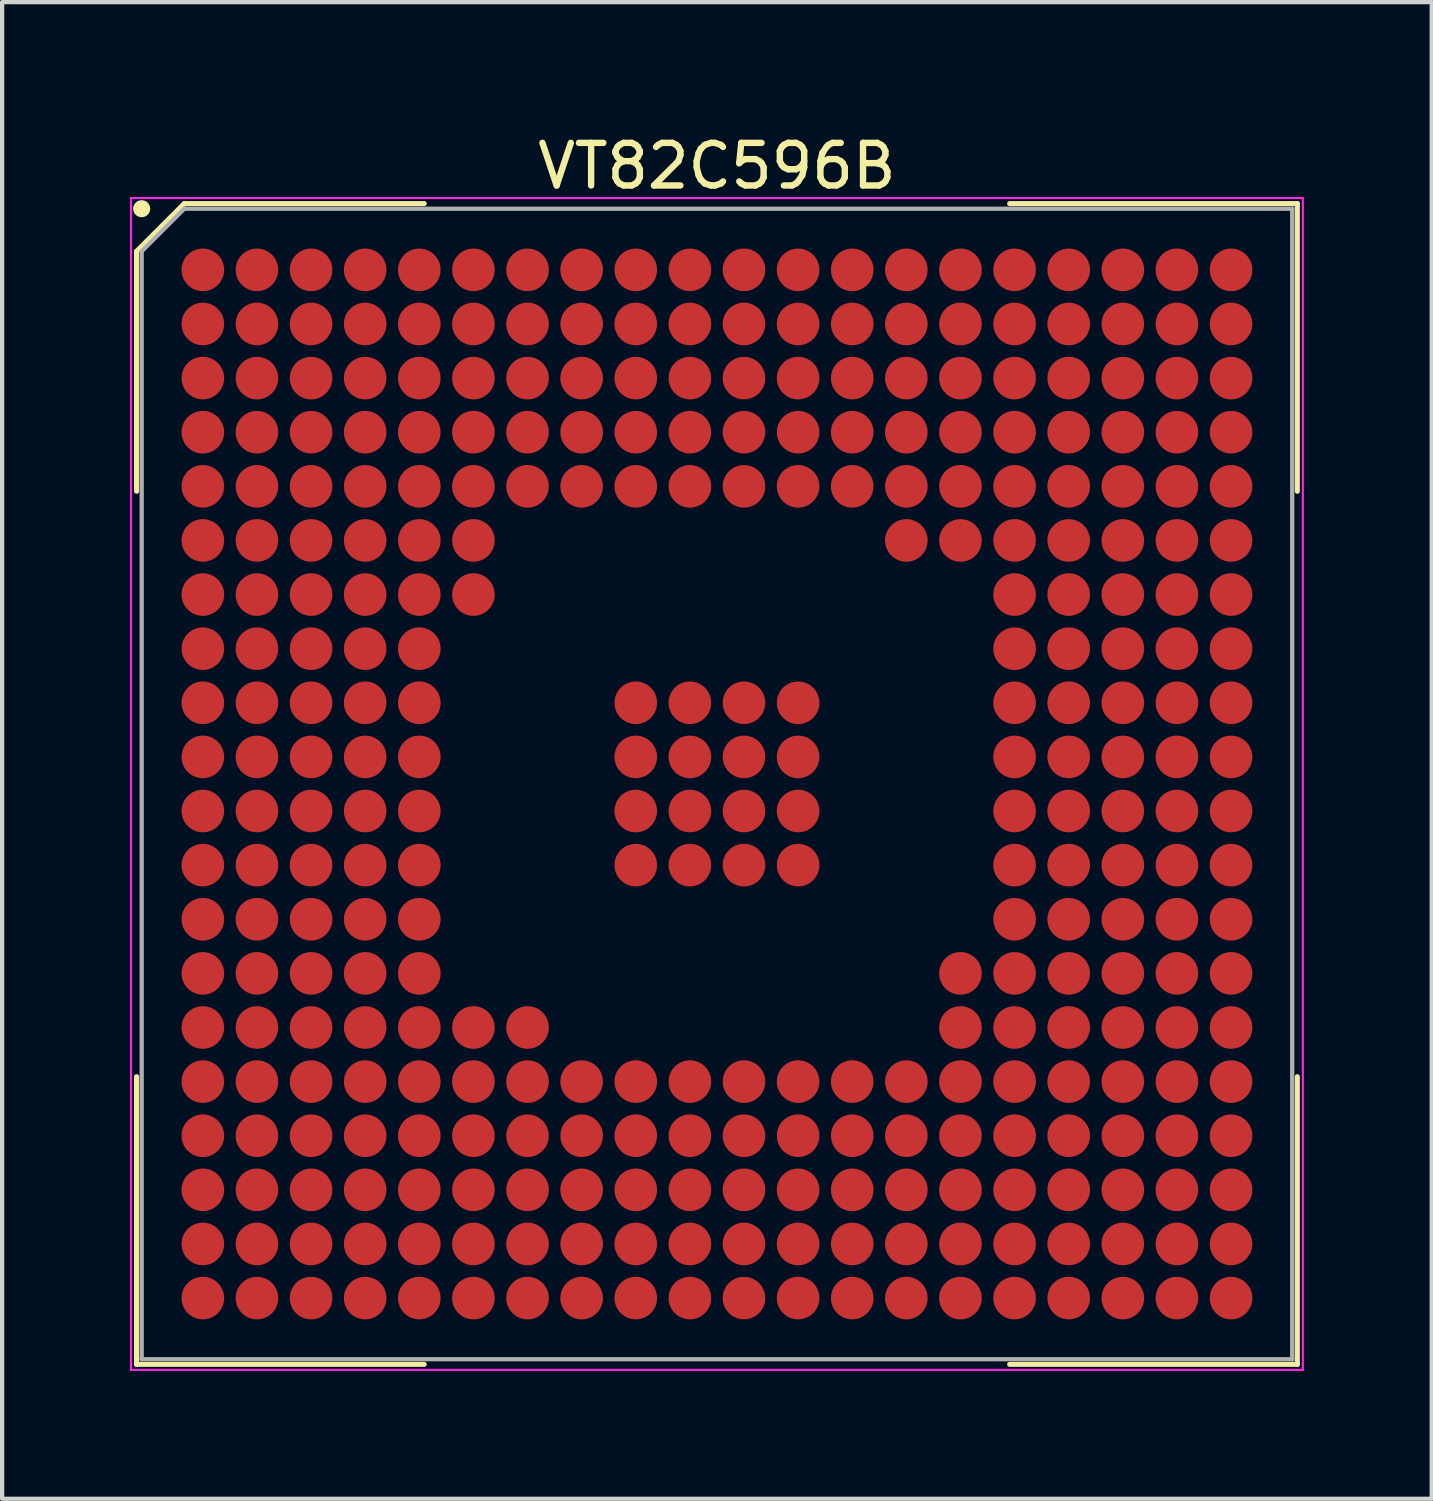
<source format=kicad_pcb>
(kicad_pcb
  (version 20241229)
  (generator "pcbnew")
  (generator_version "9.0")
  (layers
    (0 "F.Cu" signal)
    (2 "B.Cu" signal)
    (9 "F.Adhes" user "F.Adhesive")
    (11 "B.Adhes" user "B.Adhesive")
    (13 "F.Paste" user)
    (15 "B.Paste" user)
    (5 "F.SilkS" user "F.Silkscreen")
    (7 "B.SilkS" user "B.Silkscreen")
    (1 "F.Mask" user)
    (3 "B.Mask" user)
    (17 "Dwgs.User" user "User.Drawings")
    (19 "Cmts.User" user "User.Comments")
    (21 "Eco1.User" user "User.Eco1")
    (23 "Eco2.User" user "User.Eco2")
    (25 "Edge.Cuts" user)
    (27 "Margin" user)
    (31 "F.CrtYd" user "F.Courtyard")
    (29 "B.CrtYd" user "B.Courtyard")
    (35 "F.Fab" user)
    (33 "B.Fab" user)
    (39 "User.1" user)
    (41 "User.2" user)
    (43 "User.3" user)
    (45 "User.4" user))
  (footprint "VT82C596B"
    (layer "F.Cu")
    (at 13.775 15.348)
    (property "Reference" "VT82C596B" (at 0 -14.5 0) (layer "F.SilkS") (effects (font (size 1 1) (thickness 0.15))))
    (attr smd)
    (fp_line (start -13.62 -12.5) (end -13.62 -6.87) (stroke (width 0.12) (type default)) (layer "F.SilkS"))
    (fp_line (start -13.62 13.62) (end -13.62 6.87) (stroke (width 0.12) (type default)) (layer "F.SilkS"))
    (fp_line (start -12.5 -13.62) (end -13.62 -12.5) (stroke (width 0.12) (type default)) (layer "F.SilkS"))
    (fp_line (start -6.87 -13.62) (end -12.5 -13.62) (stroke (width 0.12) (type default)) (layer "F.SilkS"))
    (fp_line (start -6.87 13.62) (end -13.62 13.62) (stroke (width 0.12) (type default)) (layer "F.SilkS"))
    (fp_line (start 6.87 -13.62) (end 13.62 -13.62) (stroke (width 0.12) (type default)) (layer "F.SilkS"))
    (fp_line (start 6.87 13.62) (end 13.62 13.62) (stroke (width 0.12) (type default)) (layer "F.SilkS"))
    (fp_line (start 13.62 -13.62) (end 13.62 -6.87) (stroke (width 0.12) (type default)) (layer "F.SilkS"))
    (fp_line (start 13.62 13.62) (end 13.62 6.87) (stroke (width 0.12) (type default)) (layer "F.SilkS"))
    (fp_circle (center -13.5 -13.5) (end -13.5 -13.4) (stroke (width 0.2) (type default)) (fill no) (layer "F.SilkS"))
    (fp_line (start -13.75 -13.75) (end 13.75 -13.75) (stroke (width 0.05) (type default)) (layer "F.CrtYd"))
    (fp_line (start -13.75 13.75) (end -13.75 -13.75) (stroke (width 0.05) (type default)) (layer "F.CrtYd"))
    (fp_line (start 13.75 -13.75) (end 13.75 13.75) (stroke (width 0.05) (type default)) (layer "F.CrtYd"))
    (fp_line (start 13.75 13.75) (end -13.75 13.75) (stroke (width 0.05) (type default)) (layer "F.CrtYd"))
    (fp_line (start -13.5 -12.5) (end -13.5 13.5) (stroke (width 0.1) (type default)) (layer "F.Fab"))
    (fp_line (start -13.5 13.5) (end 13.5 13.5) (stroke (width 0.1) (type default)) (layer "F.Fab"))
    (fp_line (start -12.5 -13.5) (end -13.5 -12.5) (stroke (width 0.1) (type default)) (layer "F.Fab"))
    (fp_line (start 13.5 -13.5) (end -12.5 -13.5) (stroke (width 0.1) (type default)) (layer "F.Fab"))
    (fp_line (start 13.5 13.5) (end 13.5 -13.5) (stroke (width 0.1) (type default)) (layer "F.Fab"))
    (pad "A1" smd circle (at -12.065 -12.065) (size 1 1) (layers "F.Cu" "F.Mask" "F.Paste"))
    (pad "A2" smd circle (at -10.795 -12.065) (size 1 1) (layers "F.Cu" "F.Mask" "F.Paste"))
    (pad "A3" smd circle (at -9.525 -12.065) (size 1 1) (layers "F.Cu" "F.Mask" "F.Paste"))
    (pad "A4" smd circle (at -8.255 -12.065) (size 1 1) (layers "F.Cu" "F.Mask" "F.Paste"))
    (pad "A5" smd circle (at -6.985 -12.065) (size 1 1) (layers "F.Cu" "F.Mask" "F.Paste"))
    (pad "A6" smd circle (at -5.715 -12.065) (size 1 1) (layers "F.Cu" "F.Mask" "F.Paste"))
    (pad "A7" smd circle (at -4.445 -12.065) (size 1 1) (layers "F.Cu" "F.Mask" "F.Paste"))
    (pad "A8" smd circle (at -3.175 -12.065) (size 1 1) (layers "F.Cu" "F.Mask" "F.Paste"))
    (pad "A9" smd circle (at -1.905 -12.065) (size 1 1) (layers "F.Cu" "F.Mask" "F.Paste"))
    (pad "A10" smd circle (at -0.635 -12.065) (size 1 1) (layers "F.Cu" "F.Mask" "F.Paste"))
    (pad "A11" smd circle (at 0.635 -12.065) (size 1 1) (layers "F.Cu" "F.Mask" "F.Paste"))
    (pad "A12" smd circle (at 1.905 -12.065) (size 1 1) (layers "F.Cu" "F.Mask" "F.Paste"))
    (pad "A13" smd circle (at 3.175 -12.065) (size 1 1) (layers "F.Cu" "F.Mask" "F.Paste"))
    (pad "A14" smd circle (at 4.445 -12.065) (size 1 1) (layers "F.Cu" "F.Mask" "F.Paste"))
    (pad "A15" smd circle (at 5.715 -12.065) (size 1 1) (layers "F.Cu" "F.Mask" "F.Paste"))
    (pad "A16" smd circle (at 6.985 -12.065) (size 1 1) (layers "F.Cu" "F.Mask" "F.Paste"))
    (pad "A17" smd circle (at 8.255 -12.065) (size 1 1) (layers "F.Cu" "F.Mask" "F.Paste"))
    (pad "A18" smd circle (at 9.525 -12.065) (size 1 1) (layers "F.Cu" "F.Mask" "F.Paste"))
    (pad "A19" smd circle (at 10.795 -12.065) (size 1 1) (layers "F.Cu" "F.Mask" "F.Paste"))
    (pad "A20" smd circle (at 12.065 -12.065) (size 1 1) (layers "F.Cu" "F.Mask" "F.Paste"))
    (pad "B1" smd circle (at -12.065 -10.795) (size 1 1) (layers "F.Cu" "F.Mask" "F.Paste"))
    (pad "B2" smd circle (at -10.795 -10.795) (size 1 1) (layers "F.Cu" "F.Mask" "F.Paste"))
    (pad "B3" smd circle (at -9.525 -10.795) (size 1 1) (layers "F.Cu" "F.Mask" "F.Paste"))
    (pad "B4" smd circle (at -8.255 -10.795) (size 1 1) (layers "F.Cu" "F.Mask" "F.Paste"))
    (pad "B5" smd circle (at -6.985 -10.795) (size 1 1) (layers "F.Cu" "F.Mask" "F.Paste"))
    (pad "B6" smd circle (at -5.715 -10.795) (size 1 1) (layers "F.Cu" "F.Mask" "F.Paste"))
    (pad "B7" smd circle (at -4.445 -10.795) (size 1 1) (layers "F.Cu" "F.Mask" "F.Paste"))
    (pad "B8" smd circle (at -3.175 -10.795) (size 1 1) (layers "F.Cu" "F.Mask" "F.Paste"))
    (pad "B9" smd circle (at -1.905 -10.795) (size 1 1) (layers "F.Cu" "F.Mask" "F.Paste"))
    (pad "B10" smd circle (at -0.635 -10.795) (size 1 1) (layers "F.Cu" "F.Mask" "F.Paste"))
    (pad "B11" smd circle (at 0.635 -10.795) (size 1 1) (layers "F.Cu" "F.Mask" "F.Paste"))
    (pad "B12" smd circle (at 1.905 -10.795) (size 1 1) (layers "F.Cu" "F.Mask" "F.Paste"))
    (pad "B13" smd circle (at 3.175 -10.795) (size 1 1) (layers "F.Cu" "F.Mask" "F.Paste"))
    (pad "B14" smd circle (at 4.445 -10.795) (size 1 1) (layers "F.Cu" "F.Mask" "F.Paste"))
    (pad "B15" smd circle (at 5.715 -10.795) (size 1 1) (layers "F.Cu" "F.Mask" "F.Paste"))
    (pad "B16" smd circle (at 6.985 -10.795) (size 1 1) (layers "F.Cu" "F.Mask" "F.Paste"))
    (pad "B17" smd circle (at 8.255 -10.795) (size 1 1) (layers "F.Cu" "F.Mask" "F.Paste"))
    (pad "B18" smd circle (at 9.525 -10.795) (size 1 1) (layers "F.Cu" "F.Mask" "F.Paste"))
    (pad "B19" smd circle (at 10.795 -10.795) (size 1 1) (layers "F.Cu" "F.Mask" "F.Paste"))
    (pad "B20" smd circle (at 12.065 -10.795) (size 1 1) (layers "F.Cu" "F.Mask" "F.Paste"))
    (pad "C1" smd circle (at -12.065 -9.525) (size 1 1) (layers "F.Cu" "F.Mask" "F.Paste"))
    (pad "C2" smd circle (at -10.795 -9.525) (size 1 1) (layers "F.Cu" "F.Mask" "F.Paste"))
    (pad "C3" smd circle (at -9.525 -9.525) (size 1 1) (layers "F.Cu" "F.Mask" "F.Paste"))
    (pad "C4" smd circle (at -8.255 -9.525) (size 1 1) (layers "F.Cu" "F.Mask" "F.Paste"))
    (pad "C5" smd circle (at -6.985 -9.525) (size 1 1) (layers "F.Cu" "F.Mask" "F.Paste"))
    (pad "C6" smd circle (at -5.715 -9.525) (size 1 1) (layers "F.Cu" "F.Mask" "F.Paste"))
    (pad "C7" smd circle (at -4.445 -9.525) (size 1 1) (layers "F.Cu" "F.Mask" "F.Paste"))
    (pad "C8" smd circle (at -3.175 -9.525) (size 1 1) (layers "F.Cu" "F.Mask" "F.Paste"))
    (pad "C9" smd circle (at -1.905 -9.525) (size 1 1) (layers "F.Cu" "F.Mask" "F.Paste"))
    (pad "C10" smd circle (at -0.635 -9.525) (size 1 1) (layers "F.Cu" "F.Mask" "F.Paste"))
    (pad "C11" smd circle (at 0.635 -9.525) (size 1 1) (layers "F.Cu" "F.Mask" "F.Paste"))
    (pad "C12" smd circle (at 1.905 -9.525) (size 1 1) (layers "F.Cu" "F.Mask" "F.Paste"))
    (pad "C13" smd circle (at 3.175 -9.525) (size 1 1) (layers "F.Cu" "F.Mask" "F.Paste"))
    (pad "C14" smd circle (at 4.445 -9.525) (size 1 1) (layers "F.Cu" "F.Mask" "F.Paste"))
    (pad "C15" smd circle (at 5.715 -9.525) (size 1 1) (layers "F.Cu" "F.Mask" "F.Paste"))
    (pad "C16" smd circle (at 6.985 -9.525) (size 1 1) (layers "F.Cu" "F.Mask" "F.Paste"))
    (pad "C17" smd circle (at 8.255 -9.525) (size 1 1) (layers "F.Cu" "F.Mask" "F.Paste"))
    (pad "C18" smd circle (at 9.525 -9.525) (size 1 1) (layers "F.Cu" "F.Mask" "F.Paste"))
    (pad "C19" smd circle (at 10.795 -9.525) (size 1 1) (layers "F.Cu" "F.Mask" "F.Paste"))
    (pad "C20" smd circle (at 12.065 -9.525) (size 1 1) (layers "F.Cu" "F.Mask" "F.Paste"))
    (pad "D1" smd circle (at -12.065 -8.255) (size 1 1) (layers "F.Cu" "F.Mask" "F.Paste"))
    (pad "D2" smd circle (at -10.795 -8.255) (size 1 1) (layers "F.Cu" "F.Mask" "F.Paste"))
    (pad "D3" smd circle (at -9.525 -8.255) (size 1 1) (layers "F.Cu" "F.Mask" "F.Paste"))
    (pad "D4" smd circle (at -8.255 -8.255) (size 1 1) (layers "F.Cu" "F.Mask" "F.Paste"))
    (pad "D5" smd circle (at -6.985 -8.255) (size 1 1) (layers "F.Cu" "F.Mask" "F.Paste"))
    (pad "D6" smd circle (at -5.715 -8.255) (size 1 1) (layers "F.Cu" "F.Mask" "F.Paste"))
    (pad "D7" smd circle (at -4.445 -8.255) (size 1 1) (layers "F.Cu" "F.Mask" "F.Paste"))
    (pad "D8" smd circle (at -3.175 -8.255) (size 1 1) (layers "F.Cu" "F.Mask" "F.Paste"))
    (pad "D9" smd circle (at -1.905 -8.255) (size 1 1) (layers "F.Cu" "F.Mask" "F.Paste"))
    (pad "D10" smd circle (at -0.635 -8.255) (size 1 1) (layers "F.Cu" "F.Mask" "F.Paste"))
    (pad "D11" smd circle (at 0.635 -8.255) (size 1 1) (layers "F.Cu" "F.Mask" "F.Paste"))
    (pad "D12" smd circle (at 1.905 -8.255) (size 1 1) (layers "F.Cu" "F.Mask" "F.Paste"))
    (pad "D13" smd circle (at 3.175 -8.255) (size 1 1) (layers "F.Cu" "F.Mask" "F.Paste"))
    (pad "D14" smd circle (at 4.445 -8.255) (size 1 1) (layers "F.Cu" "F.Mask" "F.Paste"))
    (pad "D15" smd circle (at 5.715 -8.255) (size 1 1) (layers "F.Cu" "F.Mask" "F.Paste"))
    (pad "D16" smd circle (at 6.985 -8.255) (size 1 1) (layers "F.Cu" "F.Mask" "F.Paste"))
    (pad "D17" smd circle (at 8.255 -8.255) (size 1 1) (layers "F.Cu" "F.Mask" "F.Paste"))
    (pad "D18" smd circle (at 9.525 -8.255) (size 1 1) (layers "F.Cu" "F.Mask" "F.Paste"))
    (pad "D19" smd circle (at 10.795 -8.255) (size 1 1) (layers "F.Cu" "F.Mask" "F.Paste"))
    (pad "D20" smd circle (at 12.065 -8.255) (size 1 1) (layers "F.Cu" "F.Mask" "F.Paste"))
    (pad "E1" smd circle (at -12.065 -6.985) (size 1 1) (layers "F.Cu" "F.Mask" "F.Paste"))
    (pad "E2" smd circle (at -10.795 -6.985) (size 1 1) (layers "F.Cu" "F.Mask" "F.Paste"))
    (pad "E3" smd circle (at -9.525 -6.985) (size 1 1) (layers "F.Cu" "F.Mask" "F.Paste"))
    (pad "E4" smd circle (at -8.255 -6.985) (size 1 1) (layers "F.Cu" "F.Mask" "F.Paste"))
    (pad "E5" smd circle (at -6.985 -6.985) (size 1 1) (layers "F.Cu" "F.Mask" "F.Paste"))
    (pad "E6" smd circle (at -5.715 -6.985) (size 1 1) (layers "F.Cu" "F.Mask" "F.Paste"))
    (pad "E7" smd circle (at -4.445 -6.985) (size 1 1) (layers "F.Cu" "F.Mask" "F.Paste"))
    (pad "E8" smd circle (at -3.175 -6.985) (size 1 1) (layers "F.Cu" "F.Mask" "F.Paste"))
    (pad "E9" smd circle (at -1.905 -6.985) (size 1 1) (layers "F.Cu" "F.Mask" "F.Paste"))
    (pad "E10" smd circle (at -0.635 -6.985) (size 1 1) (layers "F.Cu" "F.Mask" "F.Paste"))
    (pad "E11" smd circle (at 0.635 -6.985) (size 1 1) (layers "F.Cu" "F.Mask" "F.Paste"))
    (pad "E12" smd circle (at 1.905 -6.985) (size 1 1) (layers "F.Cu" "F.Mask" "F.Paste"))
    (pad "E13" smd circle (at 3.175 -6.985) (size 1 1) (layers "F.Cu" "F.Mask" "F.Paste"))
    (pad "E14" smd circle (at 4.445 -6.985) (size 1 1) (layers "F.Cu" "F.Mask" "F.Paste"))
    (pad "E15" smd circle (at 5.715 -6.985) (size 1 1) (layers "F.Cu" "F.Mask" "F.Paste"))
    (pad "E16" smd circle (at 6.985 -6.985) (size 1 1) (layers "F.Cu" "F.Mask" "F.Paste"))
    (pad "E17" smd circle (at 8.255 -6.985) (size 1 1) (layers "F.Cu" "F.Mask" "F.Paste"))
    (pad "E18" smd circle (at 9.525 -6.985) (size 1 1) (layers "F.Cu" "F.Mask" "F.Paste"))
    (pad "E19" smd circle (at 10.795 -6.985) (size 1 1) (layers "F.Cu" "F.Mask" "F.Paste"))
    (pad "E20" smd circle (at 12.065 -6.985) (size 1 1) (layers "F.Cu" "F.Mask" "F.Paste"))
    (pad "F1" smd circle (at -12.065 -5.715) (size 1 1) (layers "F.Cu" "F.Mask" "F.Paste"))
    (pad "F2" smd circle (at -10.795 -5.715) (size 1 1) (layers "F.Cu" "F.Mask" "F.Paste"))
    (pad "F3" smd circle (at -9.525 -5.715) (size 1 1) (layers "F.Cu" "F.Mask" "F.Paste"))
    (pad "F4" smd circle (at -8.255 -5.715) (size 1 1) (layers "F.Cu" "F.Mask" "F.Paste"))
    (pad "F5" smd circle (at -6.985 -5.715) (size 1 1) (layers "F.Cu" "F.Mask" "F.Paste"))
    (pad "F6" smd circle (at -5.715 -5.715) (size 1 1) (layers "F.Cu" "F.Mask" "F.Paste"))
    (pad "F14" smd circle (at 4.445 -5.715) (size 1 1) (layers "F.Cu" "F.Mask" "F.Paste"))
    (pad "F15" smd circle (at 5.715 -5.715) (size 1 1) (layers "F.Cu" "F.Mask" "F.Paste"))
    (pad "F16" smd circle (at 6.985 -5.715) (size 1 1) (layers "F.Cu" "F.Mask" "F.Paste"))
    (pad "F17" smd circle (at 8.255 -5.715) (size 1 1) (layers "F.Cu" "F.Mask" "F.Paste"))
    (pad "F18" smd circle (at 9.525 -5.715) (size 1 1) (layers "F.Cu" "F.Mask" "F.Paste"))
    (pad "F19" smd circle (at 10.795 -5.715) (size 1 1) (layers "F.Cu" "F.Mask" "F.Paste"))
    (pad "F20" smd circle (at 12.065 -5.715) (size 1 1) (layers "F.Cu" "F.Mask" "F.Paste"))
    (pad "G1" smd circle (at -12.065 -4.445) (size 1 1) (layers "F.Cu" "F.Mask" "F.Paste"))
    (pad "G2" smd circle (at -10.795 -4.445) (size 1 1) (layers "F.Cu" "F.Mask" "F.Paste"))
    (pad "G3" smd circle (at -9.525 -4.445) (size 1 1) (layers "F.Cu" "F.Mask" "F.Paste"))
    (pad "G4" smd circle (at -8.255 -4.445) (size 1 1) (layers "F.Cu" "F.Mask" "F.Paste"))
    (pad "G5" smd circle (at -6.985 -4.445) (size 1 1) (layers "F.Cu" "F.Mask" "F.Paste"))
    (pad "G6" smd circle (at -5.715 -4.445) (size 1 1) (layers "F.Cu" "F.Mask" "F.Paste"))
    (pad "G16" smd circle (at 6.985 -4.445) (size 1 1) (layers "F.Cu" "F.Mask" "F.Paste"))
    (pad "G17" smd circle (at 8.255 -4.445) (size 1 1) (layers "F.Cu" "F.Mask" "F.Paste"))
    (pad "G18" smd circle (at 9.525 -4.445) (size 1 1) (layers "F.Cu" "F.Mask" "F.Paste"))
    (pad "G19" smd circle (at 10.795 -4.445) (size 1 1) (layers "F.Cu" "F.Mask" "F.Paste"))
    (pad "G20" smd circle (at 12.065 -4.445) (size 1 1) (layers "F.Cu" "F.Mask" "F.Paste"))
    (pad "H1" smd circle (at -12.065 -3.175) (size 1 1) (layers "F.Cu" "F.Mask" "F.Paste"))
    (pad "H2" smd circle (at -10.795 -3.175) (size 1 1) (layers "F.Cu" "F.Mask" "F.Paste"))
    (pad "H3" smd circle (at -9.525 -3.175) (size 1 1) (layers "F.Cu" "F.Mask" "F.Paste"))
    (pad "H4" smd circle (at -8.255 -3.175) (size 1 1) (layers "F.Cu" "F.Mask" "F.Paste"))
    (pad "H5" smd circle (at -6.985 -3.175) (size 1 1) (layers "F.Cu" "F.Mask" "F.Paste"))
    (pad "H16" smd circle (at 6.985 -3.175) (size 1 1) (layers "F.Cu" "F.Mask" "F.Paste"))
    (pad "H17" smd circle (at 8.255 -3.175) (size 1 1) (layers "F.Cu" "F.Mask" "F.Paste"))
    (pad "H18" smd circle (at 9.525 -3.175) (size 1 1) (layers "F.Cu" "F.Mask" "F.Paste"))
    (pad "H19" smd circle (at 10.795 -3.175) (size 1 1) (layers "F.Cu" "F.Mask" "F.Paste"))
    (pad "H20" smd circle (at 12.065 -3.175) (size 1 1) (layers "F.Cu" "F.Mask" "F.Paste"))
    (pad "J1" smd circle (at -12.065 -1.905) (size 1 1) (layers "F.Cu" "F.Mask" "F.Paste"))
    (pad "J2" smd circle (at -10.795 -1.905) (size 1 1) (layers "F.Cu" "F.Mask" "F.Paste"))
    (pad "J3" smd circle (at -9.525 -1.905) (size 1 1) (layers "F.Cu" "F.Mask" "F.Paste"))
    (pad "J4" smd circle (at -8.255 -1.905) (size 1 1) (layers "F.Cu" "F.Mask" "F.Paste"))
    (pad "J5" smd circle (at -6.985 -1.905) (size 1 1) (layers "F.Cu" "F.Mask" "F.Paste"))
    (pad "J9" smd circle (at -1.905 -1.905) (size 1 1) (layers "F.Cu" "F.Mask" "F.Paste"))
    (pad "J10" smd circle (at -0.635 -1.905) (size 1 1) (layers "F.Cu" "F.Mask" "F.Paste"))
    (pad "J11" smd circle (at 0.635 -1.905) (size 1 1) (layers "F.Cu" "F.Mask" "F.Paste"))
    (pad "J12" smd circle (at 1.905 -1.905) (size 1 1) (layers "F.Cu" "F.Mask" "F.Paste"))
    (pad "J16" smd circle (at 6.985 -1.905) (size 1 1) (layers "F.Cu" "F.Mask" "F.Paste"))
    (pad "J17" smd circle (at 8.255 -1.905) (size 1 1) (layers "F.Cu" "F.Mask" "F.Paste"))
    (pad "J18" smd circle (at 9.525 -1.905) (size 1 1) (layers "F.Cu" "F.Mask" "F.Paste"))
    (pad "J19" smd circle (at 10.795 -1.905) (size 1 1) (layers "F.Cu" "F.Mask" "F.Paste"))
    (pad "J20" smd circle (at 12.065 -1.905) (size 1 1) (layers "F.Cu" "F.Mask" "F.Paste"))
    (pad "K1" smd circle (at -12.065 -0.635) (size 1 1) (layers "F.Cu" "F.Mask" "F.Paste"))
    (pad "K2" smd circle (at -10.795 -0.635) (size 1 1) (layers "F.Cu" "F.Mask" "F.Paste"))
    (pad "K3" smd circle (at -9.525 -0.635) (size 1 1) (layers "F.Cu" "F.Mask" "F.Paste"))
    (pad "K4" smd circle (at -8.255 -0.635) (size 1 1) (layers "F.Cu" "F.Mask" "F.Paste"))
    (pad "K5" smd circle (at -6.985 -0.635) (size 1 1) (layers "F.Cu" "F.Mask" "F.Paste"))
    (pad "K9" smd circle (at -1.905 -0.635) (size 1 1) (layers "F.Cu" "F.Mask" "F.Paste"))
    (pad "K10" smd circle (at -0.635 -0.635) (size 1 1) (layers "F.Cu" "F.Mask" "F.Paste"))
    (pad "K11" smd circle (at 0.635 -0.635) (size 1 1) (layers "F.Cu" "F.Mask" "F.Paste"))
    (pad "K12" smd circle (at 1.905 -0.635) (size 1 1) (layers "F.Cu" "F.Mask" "F.Paste"))
    (pad "K16" smd circle (at 6.985 -0.635) (size 1 1) (layers "F.Cu" "F.Mask" "F.Paste"))
    (pad "K17" smd circle (at 8.255 -0.635) (size 1 1) (layers "F.Cu" "F.Mask" "F.Paste"))
    (pad "K18" smd circle (at 9.525 -0.635) (size 1 1) (layers "F.Cu" "F.Mask" "F.Paste"))
    (pad "K19" smd circle (at 10.795 -0.635) (size 1 1) (layers "F.Cu" "F.Mask" "F.Paste"))
    (pad "K20" smd circle (at 12.065 -0.635) (size 1 1) (layers "F.Cu" "F.Mask" "F.Paste"))
    (pad "L1" smd circle (at -12.065 0.635) (size 1 1) (layers "F.Cu" "F.Mask" "F.Paste"))
    (pad "L2" smd circle (at -10.795 0.635) (size 1 1) (layers "F.Cu" "F.Mask" "F.Paste"))
    (pad "L3" smd circle (at -9.525 0.635) (size 1 1) (layers "F.Cu" "F.Mask" "F.Paste"))
    (pad "L4" smd circle (at -8.255 0.635) (size 1 1) (layers "F.Cu" "F.Mask" "F.Paste"))
    (pad "L5" smd circle (at -6.985 0.635) (size 1 1) (layers "F.Cu" "F.Mask" "F.Paste"))
    (pad "L9" smd circle (at -1.905 0.635) (size 1 1) (layers "F.Cu" "F.Mask" "F.Paste"))
    (pad "L10" smd circle (at -0.635 0.635) (size 1 1) (layers "F.Cu" "F.Mask" "F.Paste"))
    (pad "L11" smd circle (at 0.635 0.635) (size 1 1) (layers "F.Cu" "F.Mask" "F.Paste"))
    (pad "L12" smd circle (at 1.905 0.635) (size 1 1) (layers "F.Cu" "F.Mask" "F.Paste"))
    (pad "L16" smd circle (at 6.985 0.635) (size 1 1) (layers "F.Cu" "F.Mask" "F.Paste"))
    (pad "L17" smd circle (at 8.255 0.635) (size 1 1) (layers "F.Cu" "F.Mask" "F.Paste"))
    (pad "L18" smd circle (at 9.525 0.635) (size 1 1) (layers "F.Cu" "F.Mask" "F.Paste"))
    (pad "L19" smd circle (at 10.795 0.635) (size 1 1) (layers "F.Cu" "F.Mask" "F.Paste"))
    (pad "L20" smd circle (at 12.065 0.635) (size 1 1) (layers "F.Cu" "F.Mask" "F.Paste"))
    (pad "M1" smd circle (at -12.065 1.905) (size 1 1) (layers "F.Cu" "F.Mask" "F.Paste"))
    (pad "M2" smd circle (at -10.795 1.905) (size 1 1) (layers "F.Cu" "F.Mask" "F.Paste"))
    (pad "M3" smd circle (at -9.525 1.905) (size 1 1) (layers "F.Cu" "F.Mask" "F.Paste"))
    (pad "M4" smd circle (at -8.255 1.905) (size 1 1) (layers "F.Cu" "F.Mask" "F.Paste"))
    (pad "M5" smd circle (at -6.985 1.905) (size 1 1) (layers "F.Cu" "F.Mask" "F.Paste"))
    (pad "M9" smd circle (at -1.905 1.905) (size 1 1) (layers "F.Cu" "F.Mask" "F.Paste"))
    (pad "M10" smd circle (at -0.635 1.905) (size 1 1) (layers "F.Cu" "F.Mask" "F.Paste"))
    (pad "M11" smd circle (at 0.635 1.905) (size 1 1) (layers "F.Cu" "F.Mask" "F.Paste"))
    (pad "M12" smd circle (at 1.905 1.905) (size 1 1) (layers "F.Cu" "F.Mask" "F.Paste"))
    (pad "M16" smd circle (at 6.985 1.905) (size 1 1) (layers "F.Cu" "F.Mask" "F.Paste"))
    (pad "M17" smd circle (at 8.255 1.905) (size 1 1) (layers "F.Cu" "F.Mask" "F.Paste"))
    (pad "M18" smd circle (at 9.525 1.905) (size 1 1) (layers "F.Cu" "F.Mask" "F.Paste"))
    (pad "M19" smd circle (at 10.795 1.905) (size 1 1) (layers "F.Cu" "F.Mask" "F.Paste"))
    (pad "M20" smd circle (at 12.065 1.905) (size 1 1) (layers "F.Cu" "F.Mask" "F.Paste"))
    (pad "N1" smd circle (at -12.065 3.175) (size 1 1) (layers "F.Cu" "F.Mask" "F.Paste"))
    (pad "N2" smd circle (at -10.795 3.175) (size 1 1) (layers "F.Cu" "F.Mask" "F.Paste"))
    (pad "N3" smd circle (at -9.525 3.175) (size 1 1) (layers "F.Cu" "F.Mask" "F.Paste"))
    (pad "N4" smd circle (at -8.255 3.175) (size 1 1) (layers "F.Cu" "F.Mask" "F.Paste"))
    (pad "N5" smd circle (at -6.985 3.175) (size 1 1) (layers "F.Cu" "F.Mask" "F.Paste"))
    (pad "N16" smd circle (at 6.985 3.175) (size 1 1) (layers "F.Cu" "F.Mask" "F.Paste"))
    (pad "N17" smd circle (at 8.255 3.175) (size 1 1) (layers "F.Cu" "F.Mask" "F.Paste"))
    (pad "N18" smd circle (at 9.525 3.175) (size 1 1) (layers "F.Cu" "F.Mask" "F.Paste"))
    (pad "N19" smd circle (at 10.795 3.175) (size 1 1) (layers "F.Cu" "F.Mask" "F.Paste"))
    (pad "N20" smd circle (at 12.065 3.175) (size 1 1) (layers "F.Cu" "F.Mask" "F.Paste"))
    (pad "P1" smd circle (at -12.065 4.445) (size 1 1) (layers "F.Cu" "F.Mask" "F.Paste"))
    (pad "P2" smd circle (at -10.795 4.445) (size 1 1) (layers "F.Cu" "F.Mask" "F.Paste"))
    (pad "P3" smd circle (at -9.525 4.445) (size 1 1) (layers "F.Cu" "F.Mask" "F.Paste"))
    (pad "P4" smd circle (at -8.255 4.445) (size 1 1) (layers "F.Cu" "F.Mask" "F.Paste"))
    (pad "P5" smd circle (at -6.985 4.445) (size 1 1) (layers "F.Cu" "F.Mask" "F.Paste"))
    (pad "P15" smd circle (at 5.715 4.445) (size 1 1) (layers "F.Cu" "F.Mask" "F.Paste"))
    (pad "P16" smd circle (at 6.985 4.445) (size 1 1) (layers "F.Cu" "F.Mask" "F.Paste"))
    (pad "P17" smd circle (at 8.255 4.445) (size 1 1) (layers "F.Cu" "F.Mask" "F.Paste"))
    (pad "P18" smd circle (at 9.525 4.445) (size 1 1) (layers "F.Cu" "F.Mask" "F.Paste"))
    (pad "P19" smd circle (at 10.795 4.445) (size 1 1) (layers "F.Cu" "F.Mask" "F.Paste"))
    (pad "P20" smd circle (at 12.065 4.445) (size 1 1) (layers "F.Cu" "F.Mask" "F.Paste"))
    (pad "R1" smd circle (at -12.065 5.715) (size 1 1) (layers "F.Cu" "F.Mask" "F.Paste"))
    (pad "R2" smd circle (at -10.795 5.715) (size 1 1) (layers "F.Cu" "F.Mask" "F.Paste"))
    (pad "R3" smd circle (at -9.525 5.715) (size 1 1) (layers "F.Cu" "F.Mask" "F.Paste"))
    (pad "R4" smd circle (at -8.255 5.715) (size 1 1) (layers "F.Cu" "F.Mask" "F.Paste"))
    (pad "R5" smd circle (at -6.985 5.715) (size 1 1) (layers "F.Cu" "F.Mask" "F.Paste"))
    (pad "R6" smd circle (at -5.715 5.715) (size 1 1) (layers "F.Cu" "F.Mask" "F.Paste"))
    (pad "R7" smd circle (at -4.445 5.715) (size 1 1) (layers "F.Cu" "F.Mask" "F.Paste"))
    (pad "R15" smd circle (at 5.715 5.715) (size 1 1) (layers "F.Cu" "F.Mask" "F.Paste"))
    (pad "R16" smd circle (at 6.985 5.715) (size 1 1) (layers "F.Cu" "F.Mask" "F.Paste"))
    (pad "R17" smd circle (at 8.255 5.715) (size 1 1) (layers "F.Cu" "F.Mask" "F.Paste"))
    (pad "R18" smd circle (at 9.525 5.715) (size 1 1) (layers "F.Cu" "F.Mask" "F.Paste"))
    (pad "R19" smd circle (at 10.795 5.715) (size 1 1) (layers "F.Cu" "F.Mask" "F.Paste"))
    (pad "R20" smd circle (at 12.065 5.715) (size 1 1) (layers "F.Cu" "F.Mask" "F.Paste"))
    (pad "T1" smd circle (at -12.065 6.985) (size 1 1) (layers "F.Cu" "F.Mask" "F.Paste"))
    (pad "T2" smd circle (at -10.795 6.985) (size 1 1) (layers "F.Cu" "F.Mask" "F.Paste"))
    (pad "T3" smd circle (at -9.525 6.985) (size 1 1) (layers "F.Cu" "F.Mask" "F.Paste"))
    (pad "T4" smd circle (at -8.255 6.985) (size 1 1) (layers "F.Cu" "F.Mask" "F.Paste"))
    (pad "T5" smd circle (at -6.985 6.985) (size 1 1) (layers "F.Cu" "F.Mask" "F.Paste"))
    (pad "T6" smd circle (at -5.715 6.985) (size 1 1) (layers "F.Cu" "F.Mask" "F.Paste"))
    (pad "T7" smd circle (at -4.445 6.985) (size 1 1) (layers "F.Cu" "F.Mask" "F.Paste"))
    (pad "T8" smd circle (at -3.175 6.985) (size 1 1) (layers "F.Cu" "F.Mask" "F.Paste"))
    (pad "T9" smd circle (at -1.905 6.985) (size 1 1) (layers "F.Cu" "F.Mask" "F.Paste"))
    (pad "T10" smd circle (at -0.635 6.985) (size 1 1) (layers "F.Cu" "F.Mask" "F.Paste"))
    (pad "T11" smd circle (at 0.635 6.985) (size 1 1) (layers "F.Cu" "F.Mask" "F.Paste"))
    (pad "T12" smd circle (at 1.905 6.985) (size 1 1) (layers "F.Cu" "F.Mask" "F.Paste"))
    (pad "T13" smd circle (at 3.175 6.985) (size 1 1) (layers "F.Cu" "F.Mask" "F.Paste"))
    (pad "T14" smd circle (at 4.445 6.985) (size 1 1) (layers "F.Cu" "F.Mask" "F.Paste"))
    (pad "T15" smd circle (at 5.715 6.985) (size 1 1) (layers "F.Cu" "F.Mask" "F.Paste"))
    (pad "T16" smd circle (at 6.985 6.985) (size 1 1) (layers "F.Cu" "F.Mask" "F.Paste"))
    (pad "T17" smd circle (at 8.255 6.985) (size 1 1) (layers "F.Cu" "F.Mask" "F.Paste"))
    (pad "T18" smd circle (at 9.525 6.985) (size 1 1) (layers "F.Cu" "F.Mask" "F.Paste"))
    (pad "T19" smd circle (at 10.795 6.985) (size 1 1) (layers "F.Cu" "F.Mask" "F.Paste"))
    (pad "T20" smd circle (at 12.065 6.985) (size 1 1) (layers "F.Cu" "F.Mask" "F.Paste"))
    (pad "U1" smd circle (at -12.065 8.255) (size 1 1) (layers "F.Cu" "F.Mask" "F.Paste"))
    (pad "U2" smd circle (at -10.795 8.255) (size 1 1) (layers "F.Cu" "F.Mask" "F.Paste"))
    (pad "U3" smd circle (at -9.525 8.255) (size 1 1) (layers "F.Cu" "F.Mask" "F.Paste"))
    (pad "U4" smd circle (at -8.255 8.255) (size 1 1) (layers "F.Cu" "F.Mask" "F.Paste"))
    (pad "U5" smd circle (at -6.985 8.255) (size 1 1) (layers "F.Cu" "F.Mask" "F.Paste"))
    (pad "U6" smd circle (at -5.715 8.255) (size 1 1) (layers "F.Cu" "F.Mask" "F.Paste"))
    (pad "U7" smd circle (at -4.445 8.255) (size 1 1) (layers "F.Cu" "F.Mask" "F.Paste"))
    (pad "U8" smd circle (at -3.175 8.255) (size 1 1) (layers "F.Cu" "F.Mask" "F.Paste"))
    (pad "U9" smd circle (at -1.905 8.255) (size 1 1) (layers "F.Cu" "F.Mask" "F.Paste"))
    (pad "U10" smd circle (at -0.635 8.255) (size 1 1) (layers "F.Cu" "F.Mask" "F.Paste"))
    (pad "U11" smd circle (at 0.635 8.255) (size 1 1) (layers "F.Cu" "F.Mask" "F.Paste"))
    (pad "U12" smd circle (at 1.905 8.255) (size 1 1) (layers "F.Cu" "F.Mask" "F.Paste"))
    (pad "U13" smd circle (at 3.175 8.255) (size 1 1) (layers "F.Cu" "F.Mask" "F.Paste"))
    (pad "U14" smd circle (at 4.445 8.255) (size 1 1) (layers "F.Cu" "F.Mask" "F.Paste"))
    (pad "U15" smd circle (at 5.715 8.255) (size 1 1) (layers "F.Cu" "F.Mask" "F.Paste"))
    (pad "U16" smd circle (at 6.985 8.255) (size 1 1) (layers "F.Cu" "F.Mask" "F.Paste"))
    (pad "U17" smd circle (at 8.255 8.255) (size 1 1) (layers "F.Cu" "F.Mask" "F.Paste"))
    (pad "U18" smd circle (at 9.525 8.255) (size 1 1) (layers "F.Cu" "F.Mask" "F.Paste"))
    (pad "U19" smd circle (at 10.795 8.255) (size 1 1) (layers "F.Cu" "F.Mask" "F.Paste"))
    (pad "U20" smd circle (at 12.065 8.255) (size 1 1) (layers "F.Cu" "F.Mask" "F.Paste"))
    (pad "V1" smd circle (at -12.065 9.525) (size 1 1) (layers "F.Cu" "F.Mask" "F.Paste"))
    (pad "V2" smd circle (at -10.795 9.525) (size 1 1) (layers "F.Cu" "F.Mask" "F.Paste"))
    (pad "V3" smd circle (at -9.525 9.525) (size 1 1) (layers "F.Cu" "F.Mask" "F.Paste"))
    (pad "V4" smd circle (at -8.255 9.525) (size 1 1) (layers "F.Cu" "F.Mask" "F.Paste"))
    (pad "V5" smd circle (at -6.985 9.525) (size 1 1) (layers "F.Cu" "F.Mask" "F.Paste"))
    (pad "V6" smd circle (at -5.715 9.525) (size 1 1) (layers "F.Cu" "F.Mask" "F.Paste"))
    (pad "V7" smd circle (at -4.445 9.525) (size 1 1) (layers "F.Cu" "F.Mask" "F.Paste"))
    (pad "V8" smd circle (at -3.175 9.525) (size 1 1) (layers "F.Cu" "F.Mask" "F.Paste"))
    (pad "V9" smd circle (at -1.905 9.525) (size 1 1) (layers "F.Cu" "F.Mask" "F.Paste"))
    (pad "V10" smd circle (at -0.635 9.525) (size 1 1) (layers "F.Cu" "F.Mask" "F.Paste"))
    (pad "V11" smd circle (at 0.635 9.525) (size 1 1) (layers "F.Cu" "F.Mask" "F.Paste"))
    (pad "V12" smd circle (at 1.905 9.525) (size 1 1) (layers "F.Cu" "F.Mask" "F.Paste"))
    (pad "V13" smd circle (at 3.175 9.525) (size 1 1) (layers "F.Cu" "F.Mask" "F.Paste"))
    (pad "V14" smd circle (at 4.445 9.525) (size 1 1) (layers "F.Cu" "F.Mask" "F.Paste"))
    (pad "V15" smd circle (at 5.715 9.525) (size 1 1) (layers "F.Cu" "F.Mask" "F.Paste"))
    (pad "V16" smd circle (at 6.985 9.525) (size 1 1) (layers "F.Cu" "F.Mask" "F.Paste"))
    (pad "V17" smd circle (at 8.255 9.525) (size 1 1) (layers "F.Cu" "F.Mask" "F.Paste"))
    (pad "V18" smd circle (at 9.525 9.525) (size 1 1) (layers "F.Cu" "F.Mask" "F.Paste"))
    (pad "V19" smd circle (at 10.795 9.525) (size 1 1) (layers "F.Cu" "F.Mask" "F.Paste"))
    (pad "V20" smd circle (at 12.065 9.525) (size 1 1) (layers "F.Cu" "F.Mask" "F.Paste"))
    (pad "W1" smd circle (at -12.065 10.795) (size 1 1) (layers "F.Cu" "F.Mask" "F.Paste"))
    (pad "W2" smd circle (at -10.795 10.795) (size 1 1) (layers "F.Cu" "F.Mask" "F.Paste"))
    (pad "W3" smd circle (at -9.525 10.795) (size 1 1) (layers "F.Cu" "F.Mask" "F.Paste"))
    (pad "W4" smd circle (at -8.255 10.795) (size 1 1) (layers "F.Cu" "F.Mask" "F.Paste"))
    (pad "W5" smd circle (at -6.985 10.795) (size 1 1) (layers "F.Cu" "F.Mask" "F.Paste"))
    (pad "W6" smd circle (at -5.715 10.795) (size 1 1) (layers "F.Cu" "F.Mask" "F.Paste"))
    (pad "W7" smd circle (at -4.445 10.795) (size 1 1) (layers "F.Cu" "F.Mask" "F.Paste"))
    (pad "W8" smd circle (at -3.175 10.795) (size 1 1) (layers "F.Cu" "F.Mask" "F.Paste"))
    (pad "W9" smd circle (at -1.905 10.795) (size 1 1) (layers "F.Cu" "F.Mask" "F.Paste"))
    (pad "W10" smd circle (at -0.635 10.795) (size 1 1) (layers "F.Cu" "F.Mask" "F.Paste"))
    (pad "W11" smd circle (at 0.635 10.795) (size 1 1) (layers "F.Cu" "F.Mask" "F.Paste"))
    (pad "W12" smd circle (at 1.905 10.795) (size 1 1) (layers "F.Cu" "F.Mask" "F.Paste"))
    (pad "W13" smd circle (at 3.175 10.795) (size 1 1) (layers "F.Cu" "F.Mask" "F.Paste"))
    (pad "W14" smd circle (at 4.445 10.795) (size 1 1) (layers "F.Cu" "F.Mask" "F.Paste"))
    (pad "W15" smd circle (at 5.715 10.795) (size 1 1) (layers "F.Cu" "F.Mask" "F.Paste"))
    (pad "W16" smd circle (at 6.985 10.795) (size 1 1) (layers "F.Cu" "F.Mask" "F.Paste"))
    (pad "W17" smd circle (at 8.255 10.795) (size 1 1) (layers "F.Cu" "F.Mask" "F.Paste"))
    (pad "W18" smd circle (at 9.525 10.795) (size 1 1) (layers "F.Cu" "F.Mask" "F.Paste"))
    (pad "W19" smd circle (at 10.795 10.795) (size 1 1) (layers "F.Cu" "F.Mask" "F.Paste"))
    (pad "W20" smd circle (at 12.065 10.795) (size 1 1) (layers "F.Cu" "F.Mask" "F.Paste"))
    (pad "Y1" smd circle (at -12.065 12.065) (size 1 1) (layers "F.Cu" "F.Mask" "F.Paste"))
    (pad "Y2" smd circle (at -10.795 12.065) (size 1 1) (layers "F.Cu" "F.Mask" "F.Paste"))
    (pad "Y3" smd circle (at -9.525 12.065) (size 1 1) (layers "F.Cu" "F.Mask" "F.Paste"))
    (pad "Y4" smd circle (at -8.255 12.065) (size 1 1) (layers "F.Cu" "F.Mask" "F.Paste"))
    (pad "Y5" smd circle (at -6.985 12.065) (size 1 1) (layers "F.Cu" "F.Mask" "F.Paste"))
    (pad "Y6" smd circle (at -5.715 12.065) (size 1 1) (layers "F.Cu" "F.Mask" "F.Paste"))
    (pad "Y7" smd circle (at -4.445 12.065) (size 1 1) (layers "F.Cu" "F.Mask" "F.Paste"))
    (pad "Y8" smd circle (at -3.175 12.065) (size 1 1) (layers "F.Cu" "F.Mask" "F.Paste"))
    (pad "Y9" smd circle (at -1.905 12.065) (size 1 1) (layers "F.Cu" "F.Mask" "F.Paste"))
    (pad "Y10" smd circle (at -0.635 12.065) (size 1 1) (layers "F.Cu" "F.Mask" "F.Paste"))
    (pad "Y11" smd circle (at 0.635 12.065) (size 1 1) (layers "F.Cu" "F.Mask" "F.Paste"))
    (pad "Y12" smd circle (at 1.905 12.065) (size 1 1) (layers "F.Cu" "F.Mask" "F.Paste"))
    (pad "Y13" smd circle (at 3.175 12.065) (size 1 1) (layers "F.Cu" "F.Mask" "F.Paste"))
    (pad "Y14" smd circle (at 4.445 12.065) (size 1 1) (layers "F.Cu" "F.Mask" "F.Paste"))
    (pad "Y15" smd circle (at 5.715 12.065) (size 1 1) (layers "F.Cu" "F.Mask" "F.Paste"))
    (pad "Y16" smd circle (at 6.985 12.065) (size 1 1) (layers "F.Cu" "F.Mask" "F.Paste"))
    (pad "Y17" smd circle (at 8.255 12.065) (size 1 1) (layers "F.Cu" "F.Mask" "F.Paste"))
    (pad "Y18" smd circle (at 9.525 12.065) (size 1 1) (layers "F.Cu" "F.Mask" "F.Paste"))
    (pad "Y19" smd circle (at 10.795 12.065) (size 1 1) (layers "F.Cu" "F.Mask" "F.Paste"))
    (pad "Y20" smd circle (at 12.065 12.065) (size 1 1) (layers "F.Cu" "F.Mask" "F.Paste")))
  (gr_rect
    (start -3 -3)
    (end 30.55 32.123)
    (stroke (width 0.1) (type default))
    (fill no)
    (layer "Edge.Cuts")))
</source>
